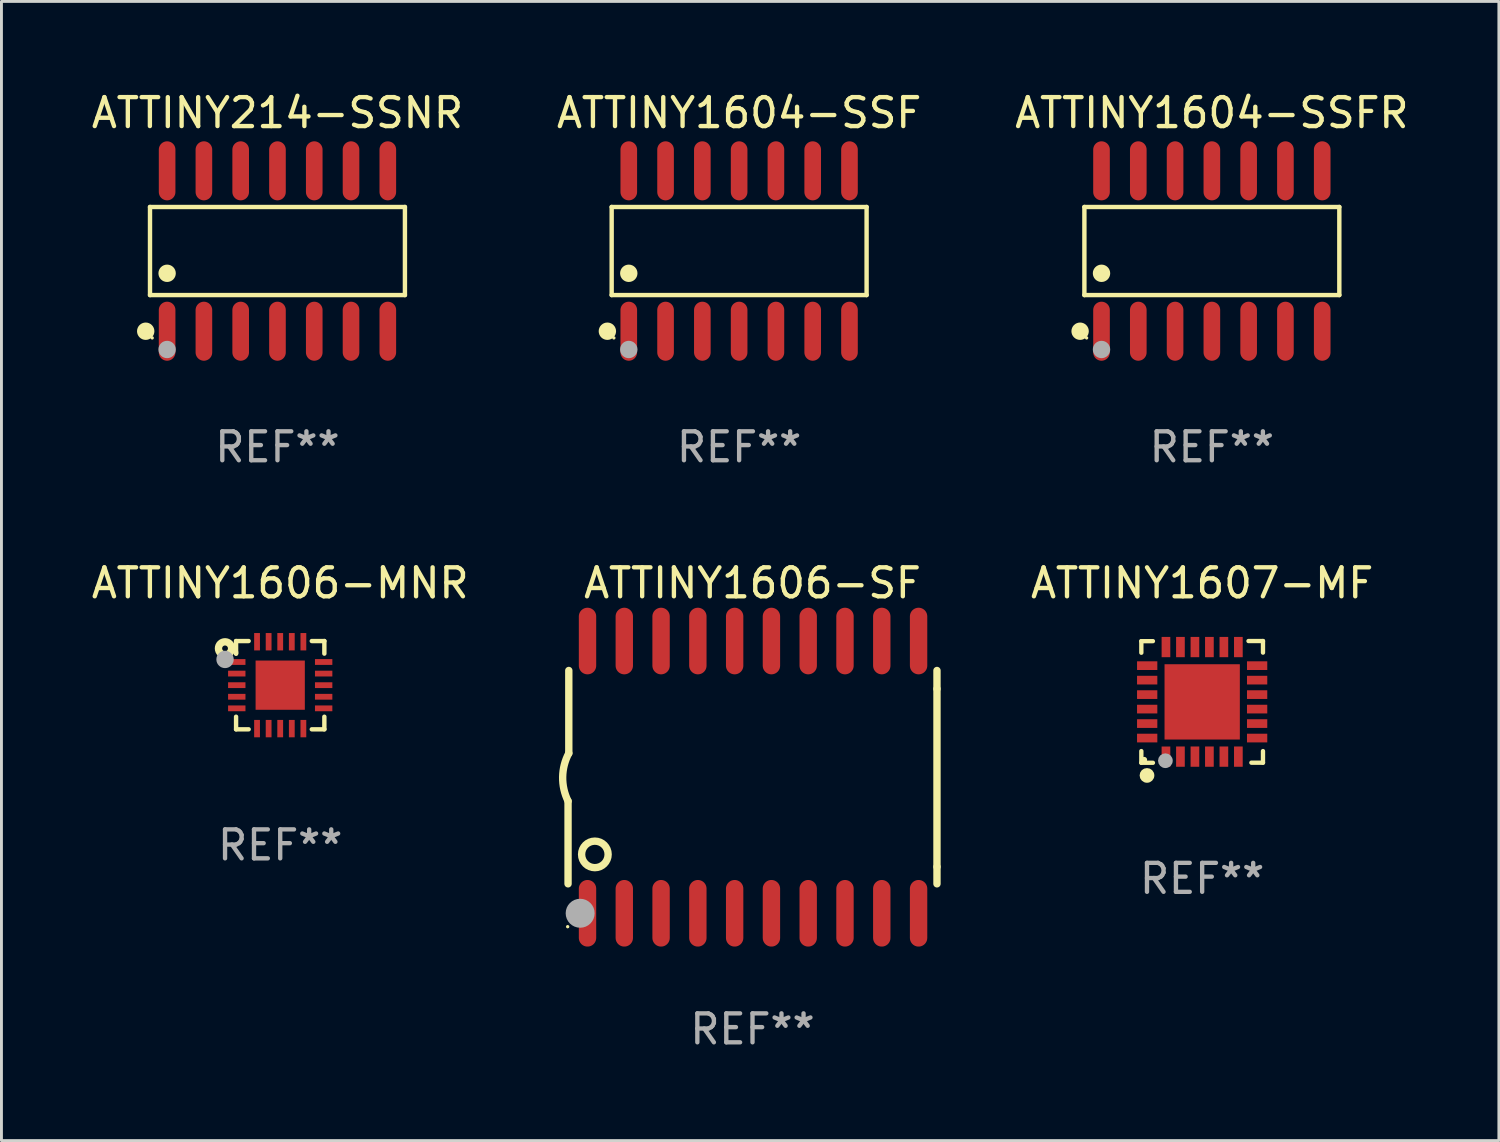
<source format=kicad_pcb>
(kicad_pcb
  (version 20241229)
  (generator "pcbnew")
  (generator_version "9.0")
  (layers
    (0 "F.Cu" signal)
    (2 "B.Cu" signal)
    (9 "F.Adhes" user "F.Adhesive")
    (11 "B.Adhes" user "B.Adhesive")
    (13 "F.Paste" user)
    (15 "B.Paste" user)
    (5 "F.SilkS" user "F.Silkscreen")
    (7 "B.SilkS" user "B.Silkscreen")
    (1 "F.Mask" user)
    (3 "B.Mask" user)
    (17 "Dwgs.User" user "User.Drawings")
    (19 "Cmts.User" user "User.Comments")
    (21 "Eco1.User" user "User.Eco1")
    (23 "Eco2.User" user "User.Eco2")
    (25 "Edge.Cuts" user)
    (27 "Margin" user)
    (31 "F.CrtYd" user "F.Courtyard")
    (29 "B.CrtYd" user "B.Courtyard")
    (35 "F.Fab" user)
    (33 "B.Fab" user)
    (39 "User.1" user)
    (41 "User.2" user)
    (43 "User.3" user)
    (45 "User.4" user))
  (footprint "ATTINY1606-SF"
    (layer "F.Cu")
    (at 22.932 23.783)
    (property "Reference" "ATTINY1606-SF" (at 0 -6.7 0) (layer "F.SilkS") (effects (font (size 1 1) (thickness 0.15))))
    (attr through_hole)
    (fp_line (start -6.369 0.826) (end -6.369 3.683) (stroke (width 0.254) (type solid)) (layer "F.SilkS"))
    (fp_line (start -6.343 -0.825) (end -6.343 -3.683) (stroke (width 0.254) (type solid)) (layer "F.SilkS"))
    (fp_line (start 6.369 -3.048) (end 6.369 -3.683) (stroke (width 0.254) (type solid)) (layer "F.SilkS"))
    (fp_line (start 6.369 -3.048) (end 6.369 3.096) (stroke (width 0.254) (type solid)) (layer "F.SilkS"))
    (fp_line (start 6.369 3.096) (end 6.369 3.683) (stroke (width 0.254) (type solid)) (layer "F.SilkS"))
    (fp_arc (start -6.36853 0.825552) (mid -6.554743 -0.00301) (end -6.343129 -0.825451) (stroke (width 0.254001) (type solid)) (layer "F.SilkS"))
    (fp_circle (center -6.382 5.163) (end -6.352 5.163) (stroke (width 0.06) (type solid)) (fill no) (layer "F.SilkS"))
    (fp_circle (center -5.443 2.667) (end -4.985 2.667) (stroke (width 0.254) (type solid)) (fill no) (layer "F.SilkS"))
    (fp_circle (center -5.951 4.699) (end -5.701 4.699) (stroke (width 0.5) (type solid)) (fill no) (layer "F.Fab"))
    (fp_text user "REF**" (at 0 8.7 0) (layer "F.Fab") (effects (font (size 1 1) (thickness 0.15))))
    (pad "1" smd oval (at -5.697 4.7 180) (size 0.6 2.3) (layers "F.Cu" "F.Mask" "F.Paste"))
    (pad "2" smd oval (at -4.427 4.7 180) (size 0.6 2.3) (layers "F.Cu" "F.Mask" "F.Paste"))
    (pad "3" smd oval (at -3.157 4.7 180) (size 0.6 2.3) (layers "F.Cu" "F.Mask" "F.Paste"))
    (pad "4" smd oval (at -1.887 4.7 180) (size 0.6 2.3) (layers "F.Cu" "F.Mask" "F.Paste"))
    (pad "5" smd oval (at -0.617 4.7 180) (size 0.6 2.3) (layers "F.Cu" "F.Mask" "F.Paste"))
    (pad "6" smd oval (at 0.653 4.7 180) (size 0.6 2.3) (layers "F.Cu" "F.Mask" "F.Paste"))
    (pad "7" smd oval (at 1.923 4.7 180) (size 0.6 2.3) (layers "F.Cu" "F.Mask" "F.Paste"))
    (pad "8" smd oval (at 3.193 4.7 180) (size 0.6 2.3) (layers "F.Cu" "F.Mask" "F.Paste"))
    (pad "9" smd oval (at 4.463 4.7 180) (size 0.6 2.3) (layers "F.Cu" "F.Mask" "F.Paste"))
    (pad "10" smd oval (at 5.734 4.7 180) (size 0.6 2.3) (layers "F.Cu" "F.Mask" "F.Paste"))
    (pad "11" smd oval (at 5.734 -4.7 180) (size 0.6 2.3) (layers "F.Cu" "F.Mask" "F.Paste"))
    (pad "12" smd oval (at 4.463 -4.7 180) (size 0.6 2.3) (layers "F.Cu" "F.Mask" "F.Paste"))
    (pad "13" smd oval (at 3.193 -4.7 180) (size 0.6 2.3) (layers "F.Cu" "F.Mask" "F.Paste"))
    (pad "14" smd oval (at 1.923 -4.7 180) (size 0.6 2.3) (layers "F.Cu" "F.Mask" "F.Paste"))
    (pad "15" smd oval (at 0.653 -4.7 180) (size 0.6 2.3) (layers "F.Cu" "F.Mask" "F.Paste"))
    (pad "16" smd oval (at -0.617 -4.7 180) (size 0.6 2.3) (layers "F.Cu" "F.Mask" "F.Paste"))
    (pad "17" smd oval (at -1.887 -4.7 180) (size 0.6 2.3) (layers "F.Cu" "F.Mask" "F.Paste"))
    (pad "18" smd oval (at -3.157 -4.7 180) (size 0.6 2.3) (layers "F.Cu" "F.Mask" "F.Paste"))
    (pad "19" smd oval (at -4.427 -4.7 180) (size 0.6 2.3) (layers "F.Cu" "F.Mask" "F.Paste"))
    (pad "20" smd oval (at -5.697 -4.7 180) (size 0.6 2.3) (layers "F.Cu" "F.Mask" "F.Paste")))
  (footprint "ATTINY1607-MF"
    (layer "F.Cu")
    (at 38.457 21.185)
    (property "Reference" "ATTINY1607-MF" (at 0 -4.102 0) (layer "F.SilkS") (effects (font (size 1 1) (thickness 0.15))))
    (attr through_hole)
    (fp_line (start -2.1 -2.098) (end -1.7 -2.098) (stroke (width 0.15) (type solid)) (layer "F.SilkS"))
    (fp_line (start -2.1 -1.698) (end -2.1 -2.098) (stroke (width 0.15) (type solid)) (layer "F.SilkS"))
    (fp_line (start -2.1 2.102) (end -2.1 1.698) (stroke (width 0.15) (type solid)) (layer "F.SilkS"))
    (fp_line (start -1.7 2.102) (end -2.1 2.102) (stroke (width 0.15) (type solid)) (layer "F.SilkS"))
    (fp_line (start 1.6 -2.102) (end 2.1 -2.102) (stroke (width 0.15) (type solid)) (layer "F.SilkS"))
    (fp_line (start 1.7 2.098) (end 2.1 2.098) (stroke (width 0.15) (type solid)) (layer "F.SilkS"))
    (fp_line (start 2.1 -2.102) (end 2.1 -1.702) (stroke (width 0.15) (type solid)) (layer "F.SilkS"))
    (fp_line (start 2.1 2.098) (end 2.1 1.698) (stroke (width 0.15) (type solid)) (layer "F.SilkS"))
    (fp_circle (center -2 1.998) (end -1.95 1.998) (stroke (width 0.1) (type solid)) (fill no) (layer "F.SilkS"))
    (fp_circle (center -1.905 2.538) (end -1.778 2.538) (stroke (width 0.254) (type solid)) (fill no) (layer "F.SilkS"))
    (fp_circle (center -1.27 2.03) (end -1.143 2.03) (stroke (width 0.254) (type solid)) (fill no) (layer "F.Fab"))
    (fp_text user "REF**" (at 0 6.102 0) (layer "F.Fab") (effects (font (size 1 1) (thickness 0.15))))
    (pad "1" smd rect (at -1.25 1.89 180) (size 0.3 0.7) (layers "F.Cu" "F.Mask" "F.Paste"))
    (pad "2" smd rect (at -0.75 1.889 180) (size 0.3 0.7) (layers "F.Cu" "F.Mask" "F.Paste"))
    (pad "3" smd rect (at -0.25 1.889 180) (size 0.3 0.7) (layers "F.Cu" "F.Mask" "F.Paste"))
    (pad "4" smd rect (at 0.25 1.889 180) (size 0.3 0.7) (layers "F.Cu" "F.Mask" "F.Paste"))
    (pad "5" smd rect (at 0.75 1.889 180) (size 0.3 0.7) (layers "F.Cu" "F.Mask" "F.Paste"))
    (pad "6" smd rect (at 1.25 1.889 180) (size 0.3 0.7) (layers "F.Cu" "F.Mask" "F.Paste"))
    (pad "7" smd rect (at 1.898 1.248 270) (size 0.3 0.7) (layers "F.Cu" "F.Mask" "F.Paste"))
    (pad "8" smd rect (at 1.898 0.748 270) (size 0.3 0.7) (layers "F.Cu" "F.Mask" "F.Paste"))
    (pad "9" smd rect (at 1.898 0.248 270) (size 0.3 0.7) (layers "F.Cu" "F.Mask" "F.Paste"))
    (pad "10" smd rect (at 1.898 -0.252 270) (size 0.3 0.7) (layers "F.Cu" "F.Mask" "F.Paste"))
    (pad "11" smd rect (at 1.898 -0.752 270) (size 0.3 0.7) (layers "F.Cu" "F.Mask" "F.Paste"))
    (pad "12" smd rect (at 1.898 -1.252 270) (size 0.3 0.7) (layers "F.Cu" "F.Mask" "F.Paste"))
    (pad "13" smd rect (at 1.25 -1.894) (size 0.3 0.7) (layers "F.Cu" "F.Mask" "F.Paste"))
    (pad "14" smd rect (at 0.75 -1.894) (size 0.3 0.7) (layers "F.Cu" "F.Mask" "F.Paste"))
    (pad "15" smd rect (at 0.25 -1.894) (size 0.3 0.7) (layers "F.Cu" "F.Mask" "F.Paste"))
    (pad "16" smd rect (at -0.25 -1.894) (size 0.3 0.7) (layers "F.Cu" "F.Mask" "F.Paste"))
    (pad "17" smd rect (at -0.75 -1.894) (size 0.3 0.7) (layers "F.Cu" "F.Mask" "F.Paste"))
    (pad "18" smd rect (at -1.25 -1.894) (size 0.3 0.7) (layers "F.Cu" "F.Mask" "F.Paste"))
    (pad "19" smd rect (at -1.898 -1.252 90) (size 0.3 0.7) (layers "F.Cu" "F.Mask" "F.Paste"))
    (pad "20" smd rect (at -1.898 -0.752 90) (size 0.3 0.7) (layers "F.Cu" "F.Mask" "F.Paste"))
    (pad "21" smd rect (at -1.898 -0.252 90) (size 0.3 0.7) (layers "F.Cu" "F.Mask" "F.Paste"))
    (pad "22" smd rect (at -1.898 0.248 90) (size 0.3 0.7) (layers "F.Cu" "F.Mask" "F.Paste"))
    (pad "23" smd rect (at -1.898 0.748 90) (size 0.3 0.7) (layers "F.Cu" "F.Mask" "F.Paste"))
    (pad "24" smd rect (at -1.898 1.248 90) (size 0.3 0.7) (layers "F.Cu" "F.Mask" "F.Paste"))
    (pad "25" smd rect (at 0.001 -0.001 90) (size 2.6 2.6) (layers "F.Cu" "F.Mask" "F.Paste")))
  (footprint "ATTINY1604-SSF"
    (layer "F.Cu")
    (at 22.47 5.617)
    (property "Reference" "ATTINY1604-SSF" (at 0 -4.769 0) (layer "F.SilkS") (effects (font (size 1 1) (thickness 0.15))))
    (attr through_hole)
    (fp_line (start -4.401 -1.521) (end 4.401 -1.521) (stroke (width 0.152) (type solid)) (layer "F.SilkS"))
    (fp_line (start -4.401 1.521) (end -4.401 -1.521) (stroke (width 0.152) (type solid)) (layer "F.SilkS"))
    (fp_line (start 4.401 -1.521) (end 4.401 1.521) (stroke (width 0.152) (type solid)) (layer "F.SilkS"))
    (fp_line (start 4.401 1.521) (end -4.401 1.521) (stroke (width 0.152) (type solid)) (layer "F.SilkS"))
    (fp_circle (center -4.549 2.769) (end -4.399 2.769) (stroke (width 0.3) (type solid)) (fill no) (layer "F.SilkS"))
    (fp_circle (center -4.325 3) (end -4.295 3) (stroke (width 0.06) (type solid)) (fill no) (layer "F.SilkS"))
    (fp_circle (center -3.81 0.769) (end -3.66 0.769) (stroke (width 0.3) (type solid)) (fill no) (layer "F.SilkS"))
    (fp_circle (center -3.81 3.4) (end -3.66 3.4) (stroke (width 0.3) (type solid)) (fill no) (layer "F.Fab"))
    (fp_text user "REF**" (at 0 6.769 0) (layer "F.Fab") (effects (font (size 1 1) (thickness 0.15))))
    (pad "1" smd oval (at -3.81 2.769) (size 0.574 2.038) (layers "F.Cu" "F.Mask" "F.Paste"))
    (pad "2" smd oval (at -2.54 2.769) (size 0.574 2.038) (layers "F.Cu" "F.Mask" "F.Paste"))
    (pad "3" smd oval (at -1.27 2.769) (size 0.574 2.038) (layers "F.Cu" "F.Mask" "F.Paste"))
    (pad "4" smd oval (at 0 2.769) (size 0.574 2.038) (layers "F.Cu" "F.Mask" "F.Paste"))
    (pad "5" smd oval (at 1.27 2.769) (size 0.574 2.038) (layers "F.Cu" "F.Mask" "F.Paste"))
    (pad "6" smd oval (at 2.54 2.769) (size 0.574 2.038) (layers "F.Cu" "F.Mask" "F.Paste"))
    (pad "7" smd oval (at 3.81 2.769) (size 0.574 2.038) (layers "F.Cu" "F.Mask" "F.Paste"))
    (pad "8" smd oval (at 3.81 -2.769) (size 0.574 2.038) (layers "F.Cu" "F.Mask" "F.Paste"))
    (pad "9" smd oval (at 2.54 -2.769) (size 0.574 2.038) (layers "F.Cu" "F.Mask" "F.Paste"))
    (pad "10" smd oval (at 1.27 -2.769) (size 0.574 2.038) (layers "F.Cu" "F.Mask" "F.Paste"))
    (pad "11" smd oval (at 0 -2.769) (size 0.574 2.038) (layers "F.Cu" "F.Mask" "F.Paste"))
    (pad "12" smd oval (at -1.27 -2.769) (size 0.574 2.038) (layers "F.Cu" "F.Mask" "F.Paste"))
    (pad "13" smd oval (at -2.54 -2.769) (size 0.574 2.038) (layers "F.Cu" "F.Mask" "F.Paste"))
    (pad "14" smd oval (at -3.81 -2.769) (size 0.574 2.038) (layers "F.Cu" "F.Mask" "F.Paste")))
  (footprint "ATTINY1604-SSFR"
    (layer "F.Cu")
    (at 38.792 5.617)
    (property "Reference" "ATTINY1604-SSFR" (at 0 -4.769 0) (layer "F.SilkS") (effects (font (size 1 1) (thickness 0.15))))
    (attr through_hole)
    (fp_line (start -4.401 -1.521) (end 4.401 -1.521) (stroke (width 0.152) (type solid)) (layer "F.SilkS"))
    (fp_line (start -4.401 1.521) (end -4.401 -1.521) (stroke (width 0.152) (type solid)) (layer "F.SilkS"))
    (fp_line (start 4.401 -1.521) (end 4.401 1.521) (stroke (width 0.152) (type solid)) (layer "F.SilkS"))
    (fp_line (start 4.401 1.521) (end -4.401 1.521) (stroke (width 0.152) (type solid)) (layer "F.SilkS"))
    (fp_circle (center -4.549 2.769) (end -4.399 2.769) (stroke (width 0.3) (type solid)) (fill no) (layer "F.SilkS"))
    (fp_circle (center -4.325 3) (end -4.295 3) (stroke (width 0.06) (type solid)) (fill no) (layer "F.SilkS"))
    (fp_circle (center -3.81 0.769) (end -3.66 0.769) (stroke (width 0.3) (type solid)) (fill no) (layer "F.SilkS"))
    (fp_circle (center -3.81 3.4) (end -3.66 3.4) (stroke (width 0.3) (type solid)) (fill no) (layer "F.Fab"))
    (fp_text user "REF**" (at 0 6.769 0) (layer "F.Fab") (effects (font (size 1 1) (thickness 0.15))))
    (pad "1" smd oval (at -3.81 2.769) (size 0.574 2.038) (layers "F.Cu" "F.Mask" "F.Paste"))
    (pad "2" smd oval (at -2.54 2.769) (size 0.574 2.038) (layers "F.Cu" "F.Mask" "F.Paste"))
    (pad "3" smd oval (at -1.27 2.769) (size 0.574 2.038) (layers "F.Cu" "F.Mask" "F.Paste"))
    (pad "4" smd oval (at 0 2.769) (size 0.574 2.038) (layers "F.Cu" "F.Mask" "F.Paste"))
    (pad "5" smd oval (at 1.27 2.769) (size 0.574 2.038) (layers "F.Cu" "F.Mask" "F.Paste"))
    (pad "6" smd oval (at 2.54 2.769) (size 0.574 2.038) (layers "F.Cu" "F.Mask" "F.Paste"))
    (pad "7" smd oval (at 3.81 2.769) (size 0.574 2.038) (layers "F.Cu" "F.Mask" "F.Paste"))
    (pad "8" smd oval (at 3.81 -2.769) (size 0.574 2.038) (layers "F.Cu" "F.Mask" "F.Paste"))
    (pad "9" smd oval (at 2.54 -2.769) (size 0.574 2.038) (layers "F.Cu" "F.Mask" "F.Paste"))
    (pad "10" smd oval (at 1.27 -2.769) (size 0.574 2.038) (layers "F.Cu" "F.Mask" "F.Paste"))
    (pad "11" smd oval (at 0 -2.769) (size 0.574 2.038) (layers "F.Cu" "F.Mask" "F.Paste"))
    (pad "12" smd oval (at -1.27 -2.769) (size 0.574 2.038) (layers "F.Cu" "F.Mask" "F.Paste"))
    (pad "13" smd oval (at -2.54 -2.769) (size 0.574 2.038) (layers "F.Cu" "F.Mask" "F.Paste"))
    (pad "14" smd oval (at -3.81 -2.769) (size 0.574 2.038) (layers "F.Cu" "F.Mask" "F.Paste")))
  (footprint "ATTINY214-SSNR"
    (layer "F.Cu")
    (at 6.53 5.617)
    (property "Reference" "ATTINY214-SSNR" (at 0 -4.769 0) (layer "F.SilkS") (effects (font (size 1 1) (thickness 0.15))))
    (attr through_hole)
    (fp_line (start -4.401 -1.521) (end 4.401 -1.521) (stroke (width 0.152) (type solid)) (layer "F.SilkS"))
    (fp_line (start -4.401 1.521) (end -4.401 -1.521) (stroke (width 0.152) (type solid)) (layer "F.SilkS"))
    (fp_line (start 4.401 -1.521) (end 4.401 1.521) (stroke (width 0.152) (type solid)) (layer "F.SilkS"))
    (fp_line (start 4.401 1.521) (end -4.401 1.521) (stroke (width 0.152) (type solid)) (layer "F.SilkS"))
    (fp_circle (center -4.549 2.769) (end -4.399 2.769) (stroke (width 0.3) (type solid)) (fill no) (layer "F.SilkS"))
    (fp_circle (center -4.325 3) (end -4.295 3) (stroke (width 0.06) (type solid)) (fill no) (layer "F.SilkS"))
    (fp_circle (center -3.81 0.769) (end -3.66 0.769) (stroke (width 0.3) (type solid)) (fill no) (layer "F.SilkS"))
    (fp_circle (center -3.81 3.4) (end -3.66 3.4) (stroke (width 0.3) (type solid)) (fill no) (layer "F.Fab"))
    (fp_text user "REF**" (at 0 6.769 0) (layer "F.Fab") (effects (font (size 1 1) (thickness 0.15))))
    (pad "1" smd oval (at -3.81 2.769) (size 0.574 2.038) (layers "F.Cu" "F.Mask" "F.Paste"))
    (pad "2" smd oval (at -2.54 2.769) (size 0.574 2.038) (layers "F.Cu" "F.Mask" "F.Paste"))
    (pad "3" smd oval (at -1.27 2.769) (size 0.574 2.038) (layers "F.Cu" "F.Mask" "F.Paste"))
    (pad "4" smd oval (at 0 2.769) (size 0.574 2.038) (layers "F.Cu" "F.Mask" "F.Paste"))
    (pad "5" smd oval (at 1.27 2.769) (size 0.574 2.038) (layers "F.Cu" "F.Mask" "F.Paste"))
    (pad "6" smd oval (at 2.54 2.769) (size 0.574 2.038) (layers "F.Cu" "F.Mask" "F.Paste"))
    (pad "7" smd oval (at 3.81 2.769) (size 0.574 2.038) (layers "F.Cu" "F.Mask" "F.Paste"))
    (pad "8" smd oval (at 3.81 -2.769) (size 0.574 2.038) (layers "F.Cu" "F.Mask" "F.Paste"))
    (pad "9" smd oval (at 2.54 -2.769) (size 0.574 2.038) (layers "F.Cu" "F.Mask" "F.Paste"))
    (pad "10" smd oval (at 1.27 -2.769) (size 0.574 2.038) (layers "F.Cu" "F.Mask" "F.Paste"))
    (pad "11" smd oval (at 0 -2.769) (size 0.574 2.038) (layers "F.Cu" "F.Mask" "F.Paste"))
    (pad "12" smd oval (at -1.27 -2.769) (size 0.574 2.038) (layers "F.Cu" "F.Mask" "F.Paste"))
    (pad "13" smd oval (at -2.54 -2.769) (size 0.574 2.038) (layers "F.Cu" "F.Mask" "F.Paste"))
    (pad "14" smd oval (at -3.81 -2.769) (size 0.574 2.038) (layers "F.Cu" "F.Mask" "F.Paste")))
  (footprint "ATTINY1606-MNR"
    (layer "F.Cu")
    (at 6.625 20.607)
    (property "Reference" "ATTINY1606-MNR" (at 0 -3.524 0) (layer "F.SilkS") (effects (font (size 1 1) (thickness 0.15))))
    (attr through_hole)
    (fp_line (start -1.524 -1.524) (end -1.09 -1.524) (stroke (width 0.152) (type solid)) (layer "F.SilkS"))
    (fp_line (start -1.524 -1.09) (end -1.524 -1.524) (stroke (width 0.152) (type solid)) (layer "F.SilkS"))
    (fp_line (start -1.524 -1.09) (end -1.524 -1.143) (stroke (width 0.152) (type solid)) (layer "F.SilkS"))
    (fp_line (start -1.524 1.524) (end -1.524 1.09) (stroke (width 0.152) (type solid)) (layer "F.SilkS"))
    (fp_line (start -1.09 1.524) (end -1.524 1.524) (stroke (width 0.152) (type solid)) (layer "F.SilkS"))
    (fp_line (start 1.09 -1.524) (end 1.524 -1.524) (stroke (width 0.152) (type solid)) (layer "F.SilkS"))
    (fp_line (start 1.524 -1.524) (end 1.524 -1.09) (stroke (width 0.152) (type solid)) (layer "F.SilkS"))
    (fp_line (start 1.524 1.09) (end 1.524 1.524) (stroke (width 0.152) (type solid)) (layer "F.SilkS"))
    (fp_line (start 1.524 1.524) (end 1.09 1.524) (stroke (width 0.152) (type solid)) (layer "F.SilkS"))
    (fp_circle (center -1.905 -1.27) (end -1.805 -1.27) (stroke (width 0.254) (type solid)) (fill no) (layer "F.SilkS"))
    (fp_circle (center -1.5 -1.5) (end -1.47 -1.5) (stroke (width 0.06) (type solid)) (fill no) (layer "F.SilkS"))
    (fp_circle (center -1.905 -0.889) (end -1.755 -0.889) (stroke (width 0.3) (type solid)) (fill no) (layer "F.Fab"))
    (fp_text user "REF**" (at 0 5.524 0) (layer "F.Fab") (effects (font (size 1 1) (thickness 0.15))))
    (pad "1" smd rect (at -1.5 -0.8) (size 0.6 0.2) (layers "F.Cu" "F.Mask" "F.Paste"))
    (pad "2" smd rect (at -1.5 -0.4) (size 0.6 0.2) (layers "F.Cu" "F.Mask" "F.Paste"))
    (pad "3" smd rect (at -1.5 -0.000203) (size 0.6 0.2) (layers "F.Cu" "F.Mask" "F.Paste"))
    (pad "4" smd rect (at -1.5 0.4) (size 0.6 0.2) (layers "F.Cu" "F.Mask" "F.Paste"))
    (pad "5" smd rect (at -1.5 0.8) (size 0.6 0.2) (layers "F.Cu" "F.Mask" "F.Paste"))
    (pad "6" smd rect (at -0.8 1.5) (size 0.2 0.6) (layers "F.Cu" "F.Mask" "F.Paste"))
    (pad "7" smd rect (at -0.4 1.5) (size 0.2 0.6) (layers "F.Cu" "F.Mask" "F.Paste"))
    (pad "8" smd rect (at -0.000178 1.5) (size 0.2 0.6) (layers "F.Cu" "F.Mask" "F.Paste"))
    (pad "9" smd rect (at 0.4 1.5) (size 0.2 0.6) (layers "F.Cu" "F.Mask" "F.Paste"))
    (pad "10" smd rect (at 0.8 1.5) (size 0.2 0.6) (layers "F.Cu" "F.Mask" "F.Paste"))
    (pad "11" smd rect (at 1.5 0.8) (size 0.6 0.2) (layers "F.Cu" "F.Mask" "F.Paste"))
    (pad "12" smd rect (at 1.5 0.4) (size 0.6 0.2) (layers "F.Cu" "F.Mask" "F.Paste"))
    (pad "13" smd rect (at 1.5 -0.000203) (size 0.6 0.2) (layers "F.Cu" "F.Mask" "F.Paste"))
    (pad "14" smd rect (at 1.5 -0.4) (size 0.6 0.2) (layers "F.Cu" "F.Mask" "F.Paste"))
    (pad "15" smd rect (at 1.5 -0.8) (size 0.6 0.2) (layers "F.Cu" "F.Mask" "F.Paste"))
    (pad "16" smd rect (at 0.8 -1.5) (size 0.2 0.6) (layers "F.Cu" "F.Mask" "F.Paste"))
    (pad "17" smd rect (at 0.4 -1.5) (size 0.2 0.6) (layers "F.Cu" "F.Mask" "F.Paste"))
    (pad "18" smd rect (at 0.000076 -1.5) (size 0.2 0.6) (layers "F.Cu" "F.Mask" "F.Paste"))
    (pad "19" smd rect (at -0.4 -1.5) (size 0.2 0.6) (layers "F.Cu" "F.Mask" "F.Paste"))
    (pad "20" smd rect (at -0.8 -1.5) (size 0.2 0.6) (layers "F.Cu" "F.Mask" "F.Paste"))
    (pad "21" smd rect (at -0.000178 -0.000203 180) (size 1.7 1.7) (layers "F.Cu" "F.Mask" "F.Paste")))
  (gr_rect
    (start -3 -3)
    (end 48.702 36.331)
    (stroke (width 0.1) (type default))
    (fill no)
    (layer "Edge.Cuts")))
</source>
